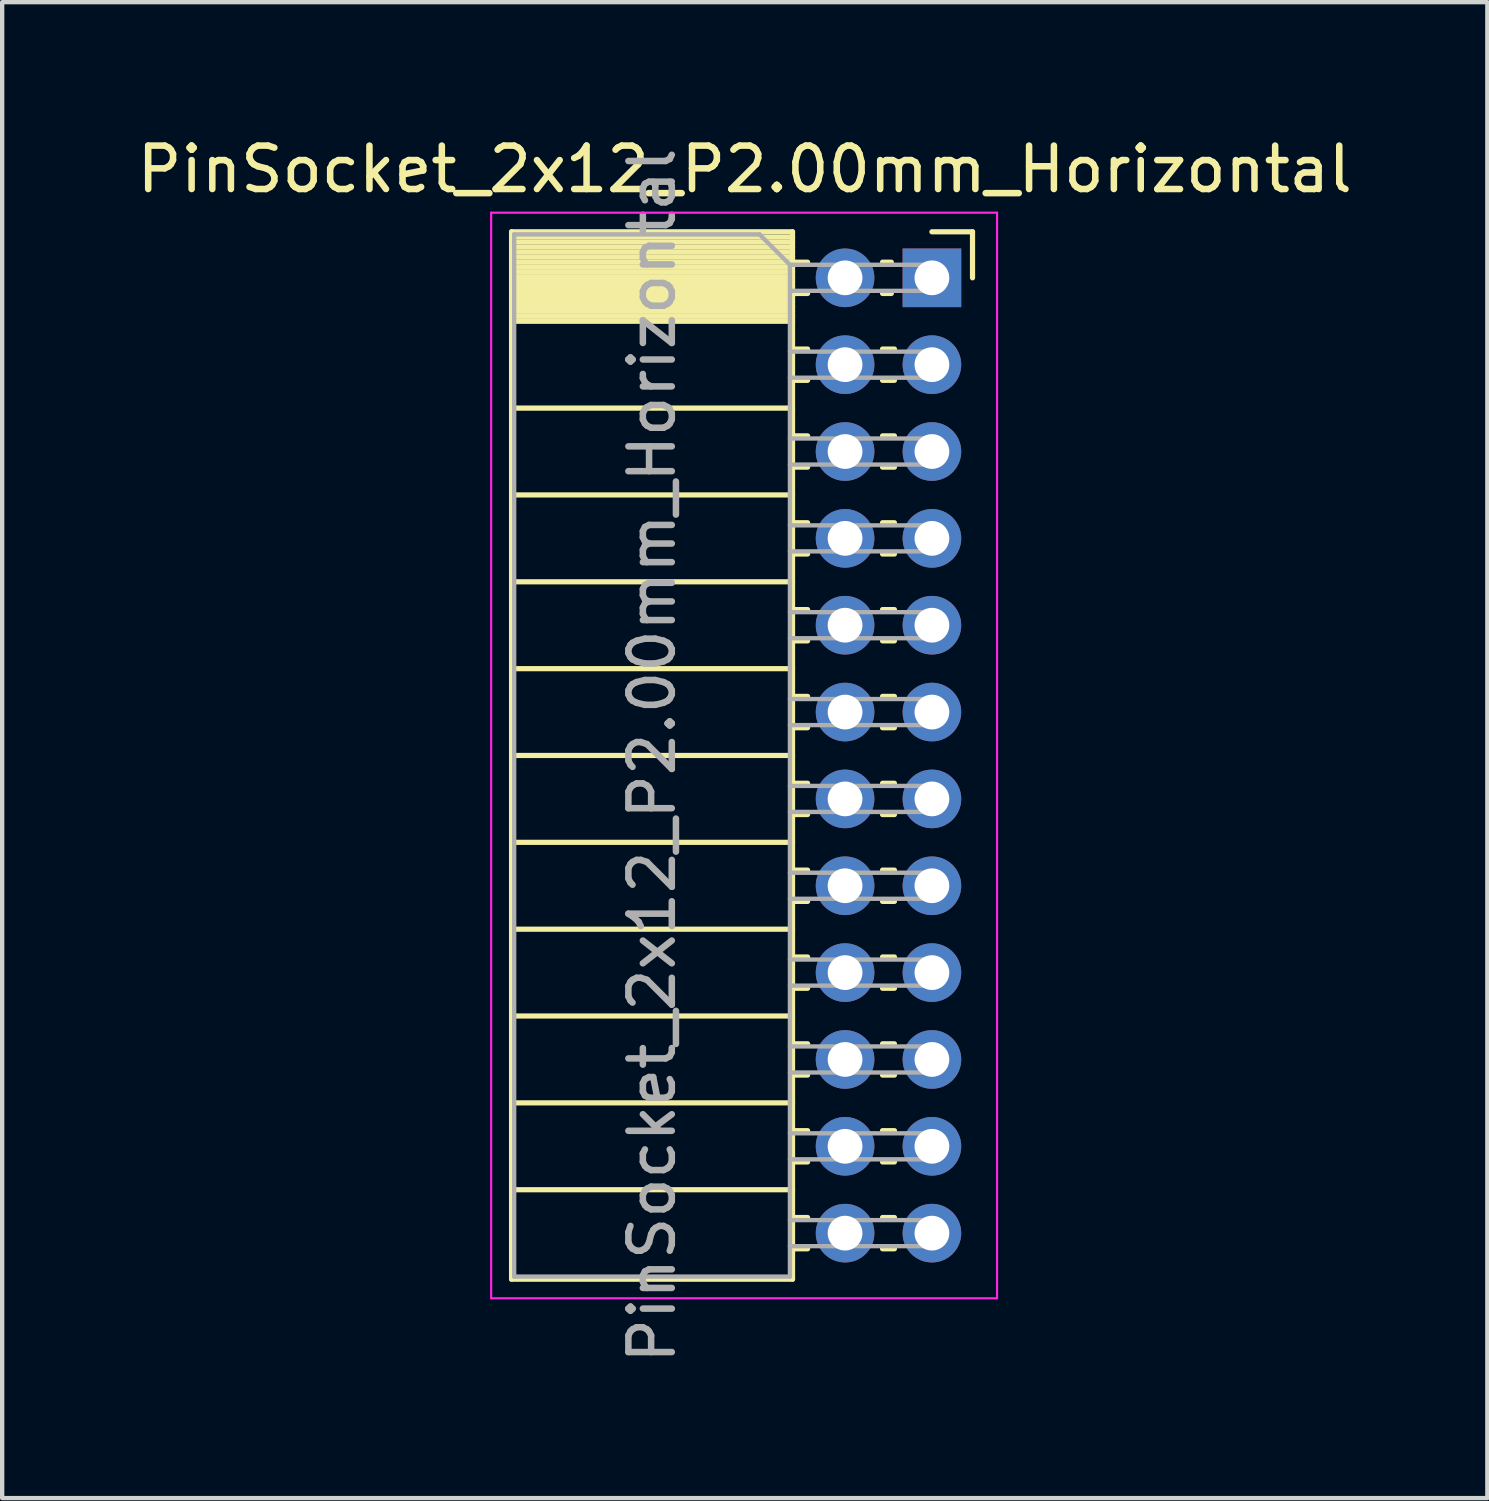
<source format=kicad_pcb>
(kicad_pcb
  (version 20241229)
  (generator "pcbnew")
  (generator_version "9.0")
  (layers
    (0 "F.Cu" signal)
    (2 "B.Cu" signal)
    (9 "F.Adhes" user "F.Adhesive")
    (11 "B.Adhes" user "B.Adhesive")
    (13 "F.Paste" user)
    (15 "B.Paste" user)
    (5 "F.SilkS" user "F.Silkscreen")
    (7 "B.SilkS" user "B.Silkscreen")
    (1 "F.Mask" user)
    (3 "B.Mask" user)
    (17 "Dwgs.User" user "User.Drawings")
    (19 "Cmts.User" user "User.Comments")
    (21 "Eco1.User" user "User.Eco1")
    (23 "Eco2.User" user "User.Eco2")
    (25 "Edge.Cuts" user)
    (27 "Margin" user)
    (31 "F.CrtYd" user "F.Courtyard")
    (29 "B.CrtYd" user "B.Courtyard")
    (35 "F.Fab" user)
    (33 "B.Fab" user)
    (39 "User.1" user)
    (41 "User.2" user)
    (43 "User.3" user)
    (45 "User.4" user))
  (footprint "PinSocket_2x12_P2.00mm_Horizontal"
    (layer "F.Cu")
    (at 18.411 3.348)
    (property "Reference" "PinSocket_2x12_P2.00mm_Horizontal" (at -4.31 -2.5 0) (layer "F.SilkS") (effects (font (size 1 1) (thickness 0.15))))
    (attr through_hole)
    (fp_line (start -9.68 -1.06) (end -9.68 23.06) (stroke (width 0.12) (type solid)) (layer "F.SilkS"))
    (fp_line (start -9.68 -1.06) (end -3.21 -1.06) (stroke (width 0.12) (type solid)) (layer "F.SilkS"))
    (fp_line (start -9.68 -0.94) (end -3.21 -0.94) (stroke (width 0.12) (type solid)) (layer "F.SilkS"))
    (fp_line (start -9.68 -0.826) (end -3.21 -0.826) (stroke (width 0.12) (type solid)) (layer "F.SilkS"))
    (fp_line (start -9.68 -0.712) (end -3.21 -0.712) (stroke (width 0.12) (type solid)) (layer "F.SilkS"))
    (fp_line (start -9.68 -0.598) (end -3.21 -0.598) (stroke (width 0.12) (type solid)) (layer "F.SilkS"))
    (fp_line (start -9.68 -0.484) (end -3.21 -0.484) (stroke (width 0.12) (type solid)) (layer "F.SilkS"))
    (fp_line (start -9.68 -0.369) (end -3.21 -0.369) (stroke (width 0.12) (type solid)) (layer "F.SilkS"))
    (fp_line (start -9.68 -0.255) (end -3.21 -0.255) (stroke (width 0.12) (type solid)) (layer "F.SilkS"))
    (fp_line (start -9.68 -0.141) (end -3.21 -0.141) (stroke (width 0.12) (type solid)) (layer "F.SilkS"))
    (fp_line (start -9.68 -0.027) (end -3.21 -0.027) (stroke (width 0.12) (type solid)) (layer "F.SilkS"))
    (fp_line (start -9.68 0.087) (end -3.21 0.087) (stroke (width 0.12) (type solid)) (layer "F.SilkS"))
    (fp_line (start -9.68 0.201) (end -3.21 0.201) (stroke (width 0.12) (type solid)) (layer "F.SilkS"))
    (fp_line (start -9.68 0.315) (end -3.21 0.315) (stroke (width 0.12) (type solid)) (layer "F.SilkS"))
    (fp_line (start -9.68 0.429) (end -3.21 0.429) (stroke (width 0.12) (type solid)) (layer "F.SilkS"))
    (fp_line (start -9.68 0.544) (end -3.21 0.544) (stroke (width 0.12) (type solid)) (layer "F.SilkS"))
    (fp_line (start -9.68 0.658) (end -3.21 0.658) (stroke (width 0.12) (type solid)) (layer "F.SilkS"))
    (fp_line (start -9.68 0.772) (end -3.21 0.772) (stroke (width 0.12) (type solid)) (layer "F.SilkS"))
    (fp_line (start -9.68 0.886) (end -3.21 0.886) (stroke (width 0.12) (type solid)) (layer "F.SilkS"))
    (fp_line (start -9.68 1) (end -3.21 1) (stroke (width 0.12) (type solid)) (layer "F.SilkS"))
    (fp_line (start -9.68 3) (end -3.21 3) (stroke (width 0.12) (type solid)) (layer "F.SilkS"))
    (fp_line (start -9.68 5) (end -3.21 5) (stroke (width 0.12) (type solid)) (layer "F.SilkS"))
    (fp_line (start -9.68 7) (end -3.21 7) (stroke (width 0.12) (type solid)) (layer "F.SilkS"))
    (fp_line (start -9.68 9) (end -3.21 9) (stroke (width 0.12) (type solid)) (layer "F.SilkS"))
    (fp_line (start -9.68 11) (end -3.21 11) (stroke (width 0.12) (type solid)) (layer "F.SilkS"))
    (fp_line (start -9.68 13) (end -3.21 13) (stroke (width 0.12) (type solid)) (layer "F.SilkS"))
    (fp_line (start -9.68 15) (end -3.21 15) (stroke (width 0.12) (type solid)) (layer "F.SilkS"))
    (fp_line (start -9.68 17) (end -3.21 17) (stroke (width 0.12) (type solid)) (layer "F.SilkS"))
    (fp_line (start -9.68 19) (end -3.21 19) (stroke (width 0.12) (type solid)) (layer "F.SilkS"))
    (fp_line (start -9.68 21) (end -3.21 21) (stroke (width 0.12) (type solid)) (layer "F.SilkS"))
    (fp_line (start -9.68 23.06) (end -3.21 23.06) (stroke (width 0.12) (type solid)) (layer "F.SilkS"))
    (fp_line (start -3.21 -1.06) (end -3.21 23.06) (stroke (width 0.12) (type solid)) (layer "F.SilkS"))
    (fp_line (start -3.21 -0.36) (end -2.863 -0.36) (stroke (width 0.12) (type solid)) (layer "F.SilkS"))
    (fp_line (start -3.21 0.36) (end -2.863 0.36) (stroke (width 0.12) (type solid)) (layer "F.SilkS"))
    (fp_line (start -3.21 1.64) (end -2.863 1.64) (stroke (width 0.12) (type solid)) (layer "F.SilkS"))
    (fp_line (start -3.21 2.36) (end -2.863 2.36) (stroke (width 0.12) (type solid)) (layer "F.SilkS"))
    (fp_line (start -3.21 3.64) (end -2.863 3.64) (stroke (width 0.12) (type solid)) (layer "F.SilkS"))
    (fp_line (start -3.21 4.36) (end -2.863 4.36) (stroke (width 0.12) (type solid)) (layer "F.SilkS"))
    (fp_line (start -3.21 5.64) (end -2.863 5.64) (stroke (width 0.12) (type solid)) (layer "F.SilkS"))
    (fp_line (start -3.21 6.36) (end -2.863 6.36) (stroke (width 0.12) (type solid)) (layer "F.SilkS"))
    (fp_line (start -3.21 7.64) (end -2.863 7.64) (stroke (width 0.12) (type solid)) (layer "F.SilkS"))
    (fp_line (start -3.21 8.36) (end -2.863 8.36) (stroke (width 0.12) (type solid)) (layer "F.SilkS"))
    (fp_line (start -3.21 9.64) (end -2.863 9.64) (stroke (width 0.12) (type solid)) (layer "F.SilkS"))
    (fp_line (start -3.21 10.36) (end -2.863 10.36) (stroke (width 0.12) (type solid)) (layer "F.SilkS"))
    (fp_line (start -3.21 11.64) (end -2.863 11.64) (stroke (width 0.12) (type solid)) (layer "F.SilkS"))
    (fp_line (start -3.21 12.36) (end -2.863 12.36) (stroke (width 0.12) (type solid)) (layer "F.SilkS"))
    (fp_line (start -3.21 13.64) (end -2.863 13.64) (stroke (width 0.12) (type solid)) (layer "F.SilkS"))
    (fp_line (start -3.21 14.36) (end -2.863 14.36) (stroke (width 0.12) (type solid)) (layer "F.SilkS"))
    (fp_line (start -3.21 15.64) (end -2.863 15.64) (stroke (width 0.12) (type solid)) (layer "F.SilkS"))
    (fp_line (start -3.21 16.36) (end -2.863 16.36) (stroke (width 0.12) (type solid)) (layer "F.SilkS"))
    (fp_line (start -3.21 17.64) (end -2.863 17.64) (stroke (width 0.12) (type solid)) (layer "F.SilkS"))
    (fp_line (start -3.21 18.36) (end -2.863 18.36) (stroke (width 0.12) (type solid)) (layer "F.SilkS"))
    (fp_line (start -3.21 19.64) (end -2.863 19.64) (stroke (width 0.12) (type solid)) (layer "F.SilkS"))
    (fp_line (start -3.21 20.36) (end -2.863 20.36) (stroke (width 0.12) (type solid)) (layer "F.SilkS"))
    (fp_line (start -3.21 21.64) (end -2.863 21.64) (stroke (width 0.12) (type solid)) (layer "F.SilkS"))
    (fp_line (start -3.21 22.36) (end -2.863 22.36) (stroke (width 0.12) (type solid)) (layer "F.SilkS"))
    (fp_line (start -1.137 -0.36) (end -0.935 -0.36) (stroke (width 0.12) (type solid)) (layer "F.SilkS"))
    (fp_line (start -1.137 0.36) (end -0.935 0.36) (stroke (width 0.12) (type solid)) (layer "F.SilkS"))
    (fp_line (start -1.137 1.64) (end -0.863 1.64) (stroke (width 0.12) (type solid)) (layer "F.SilkS"))
    (fp_line (start -1.137 2.36) (end -0.863 2.36) (stroke (width 0.12) (type solid)) (layer "F.SilkS"))
    (fp_line (start -1.137 3.64) (end -0.863 3.64) (stroke (width 0.12) (type solid)) (layer "F.SilkS"))
    (fp_line (start -1.137 4.36) (end -0.863 4.36) (stroke (width 0.12) (type solid)) (layer "F.SilkS"))
    (fp_line (start -1.137 5.64) (end -0.863 5.64) (stroke (width 0.12) (type solid)) (layer "F.SilkS"))
    (fp_line (start -1.137 6.36) (end -0.863 6.36) (stroke (width 0.12) (type solid)) (layer "F.SilkS"))
    (fp_line (start -1.137 7.64) (end -0.863 7.64) (stroke (width 0.12) (type solid)) (layer "F.SilkS"))
    (fp_line (start -1.137 8.36) (end -0.863 8.36) (stroke (width 0.12) (type solid)) (layer "F.SilkS"))
    (fp_line (start -1.137 9.64) (end -0.863 9.64) (stroke (width 0.12) (type solid)) (layer "F.SilkS"))
    (fp_line (start -1.137 10.36) (end -0.863 10.36) (stroke (width 0.12) (type solid)) (layer "F.SilkS"))
    (fp_line (start -1.137 11.64) (end -0.863 11.64) (stroke (width 0.12) (type solid)) (layer "F.SilkS"))
    (fp_line (start -1.137 12.36) (end -0.863 12.36) (stroke (width 0.12) (type solid)) (layer "F.SilkS"))
    (fp_line (start -1.137 13.64) (end -0.863 13.64) (stroke (width 0.12) (type solid)) (layer "F.SilkS"))
    (fp_line (start -1.137 14.36) (end -0.863 14.36) (stroke (width 0.12) (type solid)) (layer "F.SilkS"))
    (fp_line (start -1.137 15.64) (end -0.863 15.64) (stroke (width 0.12) (type solid)) (layer "F.SilkS"))
    (fp_line (start -1.137 16.36) (end -0.863 16.36) (stroke (width 0.12) (type solid)) (layer "F.SilkS"))
    (fp_line (start -1.137 17.64) (end -0.863 17.64) (stroke (width 0.12) (type solid)) (layer "F.SilkS"))
    (fp_line (start -1.137 18.36) (end -0.863 18.36) (stroke (width 0.12) (type solid)) (layer "F.SilkS"))
    (fp_line (start -1.137 19.64) (end -0.863 19.64) (stroke (width 0.12) (type solid)) (layer "F.SilkS"))
    (fp_line (start -1.137 20.36) (end -0.863 20.36) (stroke (width 0.12) (type solid)) (layer "F.SilkS"))
    (fp_line (start -1.137 21.64) (end -0.863 21.64) (stroke (width 0.12) (type solid)) (layer "F.SilkS"))
    (fp_line (start -1.137 22.36) (end -0.863 22.36) (stroke (width 0.12) (type solid)) (layer "F.SilkS"))
    (fp_line (start 0 -1.06) (end 0.935 -1.06) (stroke (width 0.12) (type solid)) (layer "F.SilkS"))
    (fp_line (start 0.935 -1.06) (end 0.935 0) (stroke (width 0.12) (type solid)) (layer "F.SilkS"))
    (fp_line (start -10.15 -1.5) (end -10.15 23.5) (stroke (width 0.05) (type solid)) (layer "F.CrtYd"))
    (fp_line (start -10.15 23.5) (end 1.5 23.5) (stroke (width 0.05) (type solid)) (layer "F.CrtYd"))
    (fp_line (start 1.5 -1.5) (end -10.15 -1.5) (stroke (width 0.05) (type solid)) (layer "F.CrtYd"))
    (fp_line (start 1.5 23.5) (end 1.5 -1.5) (stroke (width 0.05) (type solid)) (layer "F.CrtYd"))
    (fp_line (start -9.62 -1) (end -3.97 -1) (stroke (width 0.1) (type solid)) (layer "F.Fab"))
    (fp_line (start -9.62 23) (end -9.62 -1) (stroke (width 0.1) (type solid)) (layer "F.Fab"))
    (fp_line (start -3.97 -1) (end -3.27 -0.3) (stroke (width 0.1) (type solid)) (layer "F.Fab"))
    (fp_line (start -3.27 -0.3) (end -3.27 23) (stroke (width 0.1) (type solid)) (layer "F.Fab"))
    (fp_line (start -3.27 0.3) (end 0 0.3) (stroke (width 0.1) (type solid)) (layer "F.Fab"))
    (fp_line (start -3.27 2.3) (end 0 2.3) (stroke (width 0.1) (type solid)) (layer "F.Fab"))
    (fp_line (start -3.27 4.3) (end 0 4.3) (stroke (width 0.1) (type solid)) (layer "F.Fab"))
    (fp_line (start -3.27 6.3) (end 0 6.3) (stroke (width 0.1) (type solid)) (layer "F.Fab"))
    (fp_line (start -3.27 8.3) (end 0 8.3) (stroke (width 0.1) (type solid)) (layer "F.Fab"))
    (fp_line (start -3.27 10.3) (end 0 10.3) (stroke (width 0.1) (type solid)) (layer "F.Fab"))
    (fp_line (start -3.27 12.3) (end 0 12.3) (stroke (width 0.1) (type solid)) (layer "F.Fab"))
    (fp_line (start -3.27 14.3) (end 0 14.3) (stroke (width 0.1) (type solid)) (layer "F.Fab"))
    (fp_line (start -3.27 16.3) (end 0 16.3) (stroke (width 0.1) (type solid)) (layer "F.Fab"))
    (fp_line (start -3.27 18.3) (end 0 18.3) (stroke (width 0.1) (type solid)) (layer "F.Fab"))
    (fp_line (start -3.27 20.3) (end 0 20.3) (stroke (width 0.1) (type solid)) (layer "F.Fab"))
    (fp_line (start -3.27 22.3) (end 0 22.3) (stroke (width 0.1) (type solid)) (layer "F.Fab"))
    (fp_line (start -3.27 23) (end -9.62 23) (stroke (width 0.1) (type solid)) (layer "F.Fab"))
    (fp_line (start 0 -0.3) (end -3.27 -0.3) (stroke (width 0.1) (type solid)) (layer "F.Fab"))
    (fp_line (start 0 0.3) (end 0 -0.3) (stroke (width 0.1) (type solid)) (layer "F.Fab"))
    (fp_line (start 0 1.7) (end -3.27 1.7) (stroke (width 0.1) (type solid)) (layer "F.Fab"))
    (fp_line (start 0 2.3) (end 0 1.7) (stroke (width 0.1) (type solid)) (layer "F.Fab"))
    (fp_line (start 0 3.7) (end -3.27 3.7) (stroke (width 0.1) (type solid)) (layer "F.Fab"))
    (fp_line (start 0 4.3) (end 0 3.7) (stroke (width 0.1) (type solid)) (layer "F.Fab"))
    (fp_line (start 0 5.7) (end -3.27 5.7) (stroke (width 0.1) (type solid)) (layer "F.Fab"))
    (fp_line (start 0 6.3) (end 0 5.7) (stroke (width 0.1) (type solid)) (layer "F.Fab"))
    (fp_line (start 0 7.7) (end -3.27 7.7) (stroke (width 0.1) (type solid)) (layer "F.Fab"))
    (fp_line (start 0 8.3) (end 0 7.7) (stroke (width 0.1) (type solid)) (layer "F.Fab"))
    (fp_line (start 0 9.7) (end -3.27 9.7) (stroke (width 0.1) (type solid)) (layer "F.Fab"))
    (fp_line (start 0 10.3) (end 0 9.7) (stroke (width 0.1) (type solid)) (layer "F.Fab"))
    (fp_line (start 0 11.7) (end -3.27 11.7) (stroke (width 0.1) (type solid)) (layer "F.Fab"))
    (fp_line (start 0 12.3) (end 0 11.7) (stroke (width 0.1) (type solid)) (layer "F.Fab"))
    (fp_line (start 0 13.7) (end -3.27 13.7) (stroke (width 0.1) (type solid)) (layer "F.Fab"))
    (fp_line (start 0 14.3) (end 0 13.7) (stroke (width 0.1) (type solid)) (layer "F.Fab"))
    (fp_line (start 0 15.7) (end -3.27 15.7) (stroke (width 0.1) (type solid)) (layer "F.Fab"))
    (fp_line (start 0 16.3) (end 0 15.7) (stroke (width 0.1) (type solid)) (layer "F.Fab"))
    (fp_line (start 0 17.7) (end -3.27 17.7) (stroke (width 0.1) (type solid)) (layer "F.Fab"))
    (fp_line (start 0 18.3) (end 0 17.7) (stroke (width 0.1) (type solid)) (layer "F.Fab"))
    (fp_line (start 0 19.7) (end -3.27 19.7) (stroke (width 0.1) (type solid)) (layer "F.Fab"))
    (fp_line (start 0 20.3) (end 0 19.7) (stroke (width 0.1) (type solid)) (layer "F.Fab"))
    (fp_line (start 0 21.7) (end -3.27 21.7) (stroke (width 0.1) (type solid)) (layer "F.Fab"))
    (fp_line (start 0 22.3) (end 0 21.7) (stroke (width 0.1) (type solid)) (layer "F.Fab"))
    (fp_text user "${REFERENCE}" (at -6.445 11 90) (layer "F.Fab") (effects (font (size 1 1) (thickness 0.15))))
    (pad "1" thru_hole rect (at 0 0) (size 1.35 1.35) (drill 0.8) (layers "*.Cu" "*.Mask"))
    (pad "2" thru_hole oval (at -2 0) (size 1.35 1.35) (drill 0.8) (layers "*.Cu" "*.Mask"))
    (pad "3" thru_hole oval (at 0 2) (size 1.35 1.35) (drill 0.8) (layers "*.Cu" "*.Mask"))
    (pad "4" thru_hole oval (at -2 2) (size 1.35 1.35) (drill 0.8) (layers "*.Cu" "*.Mask"))
    (pad "5" thru_hole oval (at 0 4) (size 1.35 1.35) (drill 0.8) (layers "*.Cu" "*.Mask"))
    (pad "6" thru_hole oval (at -2 4) (size 1.35 1.35) (drill 0.8) (layers "*.Cu" "*.Mask"))
    (pad "7" thru_hole oval (at 0 6) (size 1.35 1.35) (drill 0.8) (layers "*.Cu" "*.Mask"))
    (pad "8" thru_hole oval (at -2 6) (size 1.35 1.35) (drill 0.8) (layers "*.Cu" "*.Mask"))
    (pad "9" thru_hole oval (at 0 8) (size 1.35 1.35) (drill 0.8) (layers "*.Cu" "*.Mask"))
    (pad "10" thru_hole oval (at -2 8) (size 1.35 1.35) (drill 0.8) (layers "*.Cu" "*.Mask"))
    (pad "11" thru_hole oval (at 0 10) (size 1.35 1.35) (drill 0.8) (layers "*.Cu" "*.Mask"))
    (pad "12" thru_hole oval (at -2 10) (size 1.35 1.35) (drill 0.8) (layers "*.Cu" "*.Mask"))
    (pad "13" thru_hole oval (at 0 12) (size 1.35 1.35) (drill 0.8) (layers "*.Cu" "*.Mask"))
    (pad "14" thru_hole oval (at -2 12) (size 1.35 1.35) (drill 0.8) (layers "*.Cu" "*.Mask"))
    (pad "15" thru_hole oval (at 0 14) (size 1.35 1.35) (drill 0.8) (layers "*.Cu" "*.Mask"))
    (pad "16" thru_hole oval (at -2 14) (size 1.35 1.35) (drill 0.8) (layers "*.Cu" "*.Mask"))
    (pad "17" thru_hole oval (at 0 16) (size 1.35 1.35) (drill 0.8) (layers "*.Cu" "*.Mask"))
    (pad "18" thru_hole oval (at -2 16) (size 1.35 1.35) (drill 0.8) (layers "*.Cu" "*.Mask"))
    (pad "19" thru_hole oval (at 0 18) (size 1.35 1.35) (drill 0.8) (layers "*.Cu" "*.Mask"))
    (pad "20" thru_hole oval (at -2 18) (size 1.35 1.35) (drill 0.8) (layers "*.Cu" "*.Mask"))
    (pad "21" thru_hole oval (at 0 20) (size 1.35 1.35) (drill 0.8) (layers "*.Cu" "*.Mask"))
    (pad "22" thru_hole oval (at -2 20) (size 1.35 1.35) (drill 0.8) (layers "*.Cu" "*.Mask"))
    (pad "23" thru_hole oval (at 0 22) (size 1.35 1.35) (drill 0.8) (layers "*.Cu" "*.Mask"))
    (pad "24" thru_hole oval (at -2 22) (size 1.35 1.35) (drill 0.8) (layers "*.Cu" "*.Mask")))
  (gr_rect
    (start -3 -3)
    (end 31.202 31.449)
    (stroke (width 0.1) (type default))
    (fill no)
    (layer "Edge.Cuts")))
</source>
